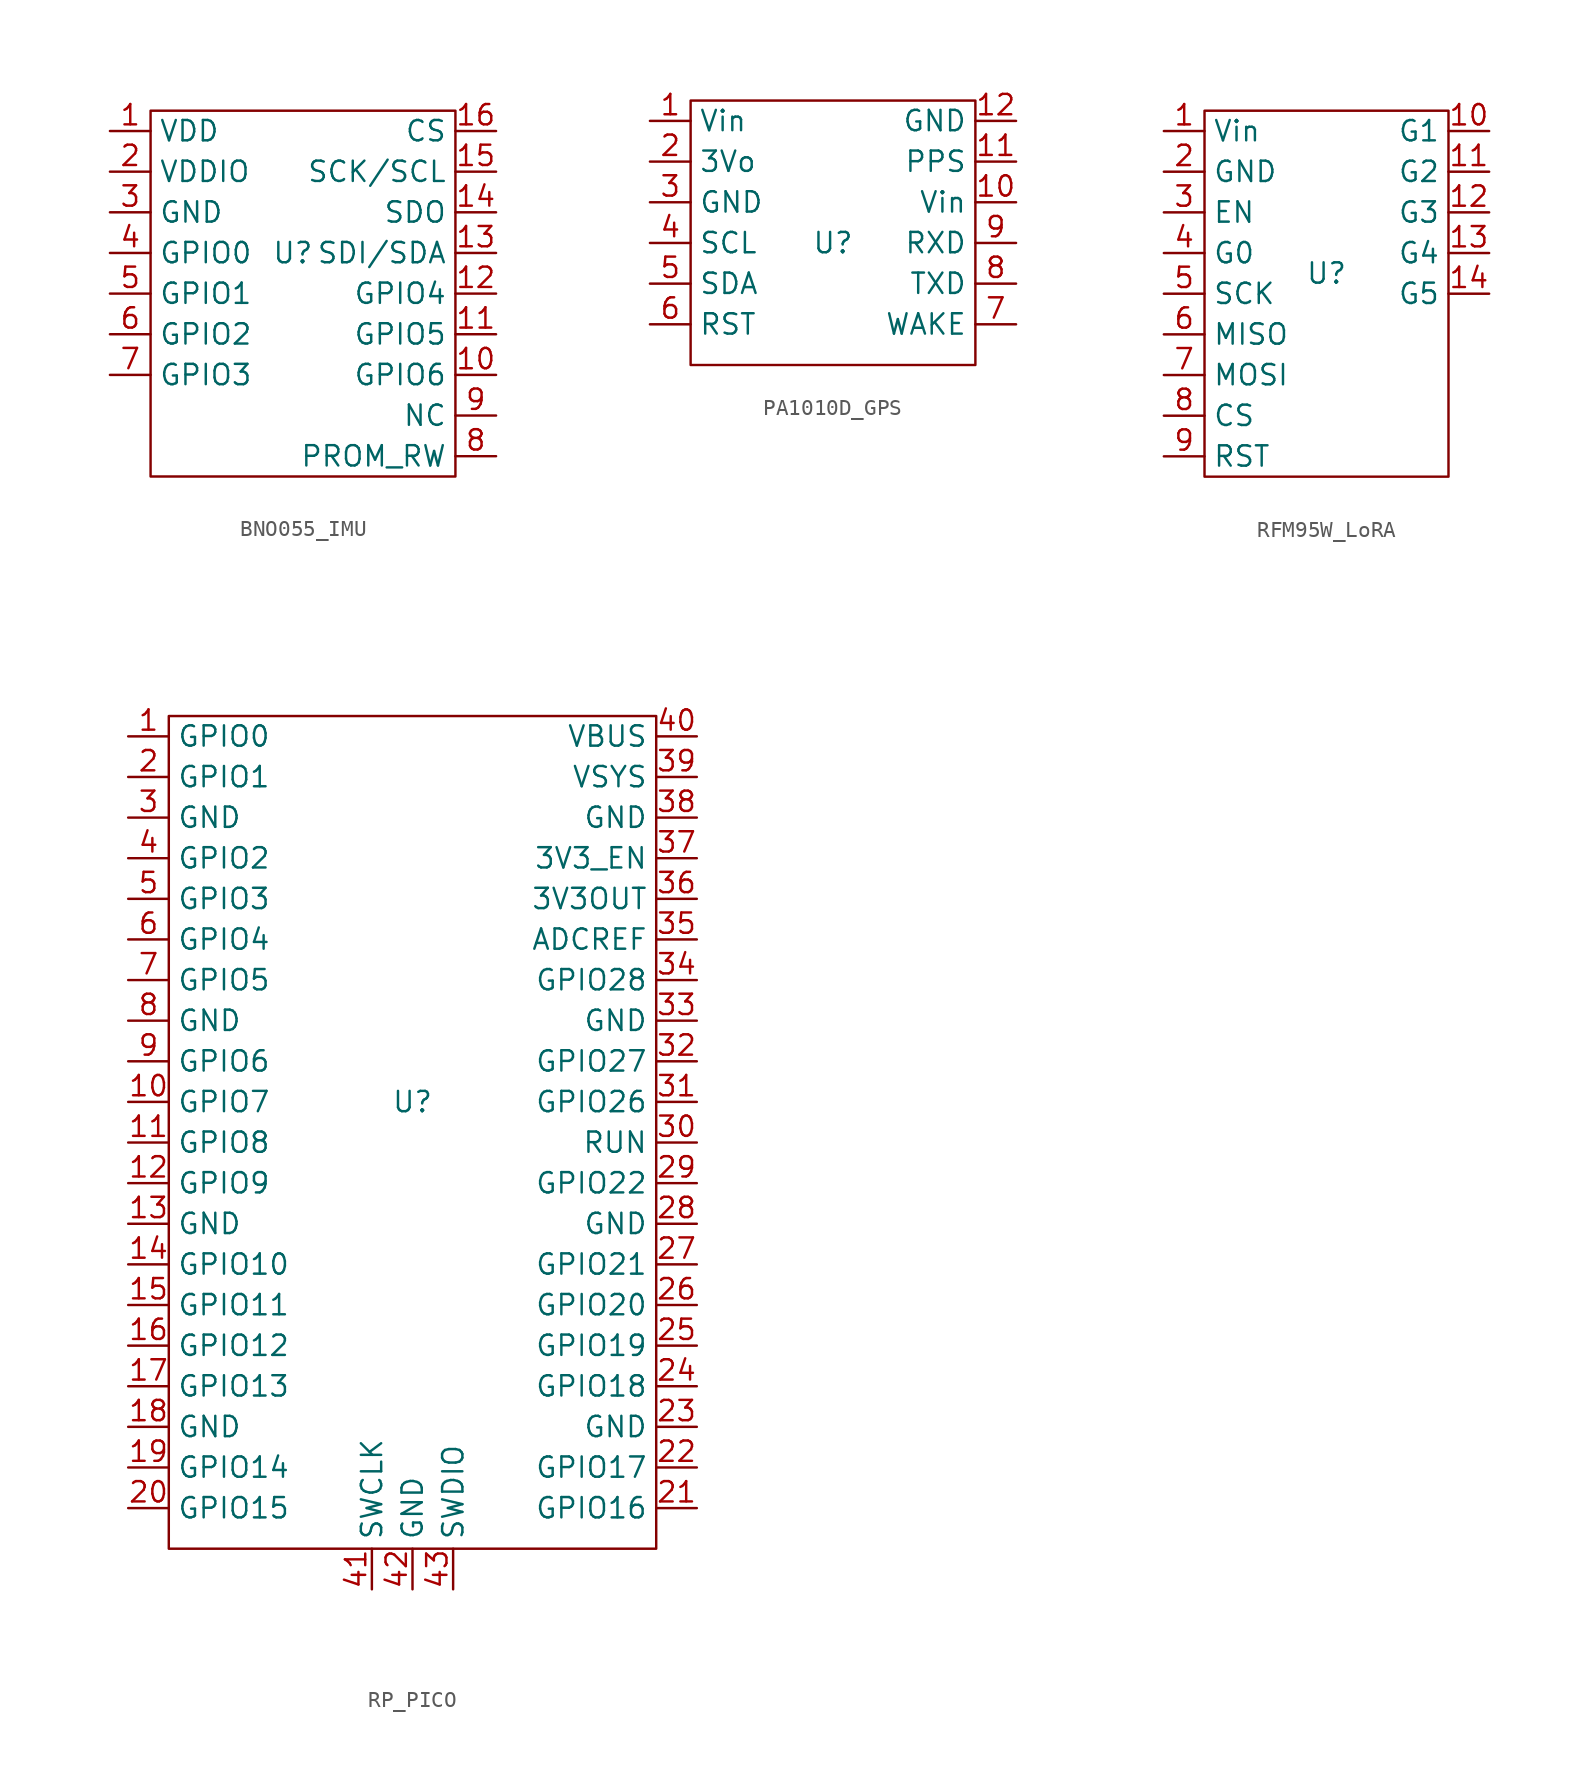
<source format=kicad_sym>
(kicad_symbol_lib
  (version 20231120)
  (generator "kicad_symbol_editor")
  (generator_version "8.0")
  (symbol "BNO055_IMU"
    (property "Reference" "U"
      (at 0 0 0)
      (effects (font (size 1.27 1.27))))
    (property "Value" ""
      (at 0 0 0)
      (effects (font (size 1.27 1.27))))
    (symbol "BNO055_IMU_0_1"
      (rectangle (start -8.89 8.89) (end 10.16 -13.97) (stroke (width 0) (type default)) (fill (type none))))
    (symbol "BNO055_IMU_1_1"
      (pin unspecified line (at -11.43 7.62 0) (length 2.54) (name "VDD" (effects (font (size 1.27 1.27)))) (number "1" (effects (font (size 1.27 1.27)))))
      (pin unspecified line (at 12.7 -7.62 180) (length 2.54) (name "GPIO6" (effects (font (size 1.27 1.27)))) (number "10" (effects (font (size 1.27 1.27)))))
      (pin unspecified line (at 12.7 -5.08 180) (length 2.54) (name "GPIO5" (effects (font (size 1.27 1.27)))) (number "11" (effects (font (size 1.27 1.27)))))
      (pin unspecified line (at 12.7 -2.54 180) (length 2.54) (name "GPIO4" (effects (font (size 1.27 1.27)))) (number "12" (effects (font (size 1.27 1.27)))))
      (pin unspecified line (at 12.7 0 180) (length 2.54) (name "SDI/SDA" (effects (font (size 1.27 1.27)))) (number "13" (effects (font (size 1.27 1.27)))))
      (pin unspecified line (at 12.7 2.54 180) (length 2.54) (name "SDO" (effects (font (size 1.27 1.27)))) (number "14" (effects (font (size 1.27 1.27)))))
      (pin unspecified line (at 12.7 5.08 180) (length 2.54) (name "SCK/SCL" (effects (font (size 1.27 1.27)))) (number "15" (effects (font (size 1.27 1.27)))))
      (pin unspecified line (at 12.7 7.62 180) (length 2.54) (name "CS" (effects (font (size 1.27 1.27)))) (number "16" (effects (font (size 1.27 1.27)))))
      (pin unspecified line (at -11.43 5.08 0) (length 2.54) (name "VDDIO" (effects (font (size 1.27 1.27)))) (number "2" (effects (font (size 1.27 1.27)))))
      (pin unspecified line (at -11.43 2.54 0) (length 2.54) (name "GND" (effects (font (size 1.27 1.27)))) (number "3" (effects (font (size 1.27 1.27)))))
      (pin unspecified line (at -11.43 0 0) (length 2.54) (name "GPIO0" (effects (font (size 1.27 1.27)))) (number "4" (effects (font (size 1.27 1.27)))))
      (pin unspecified line (at -11.43 -2.54 0) (length 2.54) (name "GPIO1" (effects (font (size 1.27 1.27)))) (number "5" (effects (font (size 1.27 1.27)))))
      (pin unspecified line (at -11.43 -5.08 0) (length 2.54) (name "GPIO2" (effects (font (size 1.27 1.27)))) (number "6" (effects (font (size 1.27 1.27)))))
      (pin unspecified line (at -11.43 -7.62 0) (length 2.54) (name "GPIO3" (effects (font (size 1.27 1.27)))) (number "7" (effects (font (size 1.27 1.27)))))
      (pin unspecified line (at 12.7 -12.7 180) (length 2.54) (name "PROM_RW" (effects (font (size 1.27 1.27)))) (number "8" (effects (font (size 1.27 1.27)))))
      (pin unspecified line (at 12.7 -10.16 180) (length 2.54) (name "NC" (effects (font (size 1.27 1.27)))) (number "9" (effects (font (size 1.27 1.27)))))))
  (symbol "PA1010D_GPS"
    (property "Reference" "U"
      (at 0 0 0)
      (effects (font (size 1.27 1.27))))
    (property "Value" ""
      (at 0 0 0)
      (effects (font (size 1.27 1.27))))
    (symbol "PA1010D_GPS_0_1"
      (rectangle (start -8.89 8.89) (end 8.89 -7.62) (stroke (width 0) (type default)) (fill (type none))))
    (symbol "PA1010D_GPS_1_1"
      (pin power_in line (at -11.43 7.62 0) (length 2.54) (name "Vin" (effects (font (size 1.27 1.27)))) (number "1" (effects (font (size 1.27 1.27)))))
      (pin power_in line (at 11.43 2.54 180) (length 2.54) (name "Vin" (effects (font (size 1.27 1.27)))) (number "10" (effects (font (size 1.27 1.27)))))
      (pin unspecified line (at 11.43 5.08 180) (length 2.54) (name "PPS" (effects (font (size 1.27 1.27)))) (number "11" (effects (font (size 1.27 1.27)))))
      (pin power_in line (at 11.43 7.62 180) (length 2.54) (name "GND" (effects (font (size 1.27 1.27)))) (number "12" (effects (font (size 1.27 1.27)))))
      (pin unspecified line (at -11.43 5.08 0) (length 2.54) (name "3Vo" (effects (font (size 1.27 1.27)))) (number "2" (effects (font (size 1.27 1.27)))))
      (pin power_in line (at -11.43 2.54 0) (length 2.54) (name "GND" (effects (font (size 1.27 1.27)))) (number "3" (effects (font (size 1.27 1.27)))))
      (pin unspecified line (at -11.43 0 0) (length 2.54) (name "SCL" (effects (font (size 1.27 1.27)))) (number "4" (effects (font (size 1.27 1.27)))))
      (pin unspecified line (at -11.43 -2.54 0) (length 2.54) (name "SDA" (effects (font (size 1.27 1.27)))) (number "5" (effects (font (size 1.27 1.27)))))
      (pin unspecified line (at -11.43 -5.08 0) (length 2.54) (name "RST" (effects (font (size 1.27 1.27)))) (number "6" (effects (font (size 1.27 1.27)))))
      (pin unspecified line (at 11.43 -5.08 180) (length 2.54) (name "WAKE" (effects (font (size 1.27 1.27)))) (number "7" (effects (font (size 1.27 1.27)))))
      (pin unspecified line (at 11.43 -2.54 180) (length 2.54) (name "TXD" (effects (font (size 1.27 1.27)))) (number "8" (effects (font (size 1.27 1.27)))))
      (pin unspecified line (at 11.43 0 180) (length 2.54) (name "RXD" (effects (font (size 1.27 1.27)))) (number "9" (effects (font (size 1.27 1.27)))))))
  (symbol "RFM95W_LoRA"
    (property "Reference" "U"
      (at 0 0 0)
      (effects (font (size 1.27 1.27))))
    (property "Value" ""
      (at 0 0 0)
      (effects (font (size 1.27 1.27))))
    (symbol "RFM95W_LoRA_0_1"
      (rectangle (start -7.62 10.16) (end 7.62 -12.7) (stroke (width 0) (type default)) (fill (type none))))
    (symbol "RFM95W_LoRA_1_1"
      (pin power_in line (at -10.16 8.89 0) (length 2.54) (name "Vin" (effects (font (size 1.27 1.27)))) (number "1" (effects (font (size 1.27 1.27)))))
      (pin unspecified line (at 10.16 8.89 180) (length 2.54) (name "G1" (effects (font (size 1.27 1.27)))) (number "10" (effects (font (size 1.27 1.27)))))
      (pin unspecified line (at 10.16 6.35 180) (length 2.54) (name "G2" (effects (font (size 1.27 1.27)))) (number "11" (effects (font (size 1.27 1.27)))))
      (pin unspecified line (at 10.16 3.81 180) (length 2.54) (name "G3" (effects (font (size 1.27 1.27)))) (number "12" (effects (font (size 1.27 1.27)))))
      (pin unspecified line (at 10.16 1.27 180) (length 2.54) (name "G4" (effects (font (size 1.27 1.27)))) (number "13" (effects (font (size 1.27 1.27)))))
      (pin unspecified line (at 10.16 -1.27 180) (length 2.54) (name "G5" (effects (font (size 1.27 1.27)))) (number "14" (effects (font (size 1.27 1.27)))))
      (pin power_in line (at -10.16 6.35 0) (length 2.54) (name "GND" (effects (font (size 1.27 1.27)))) (number "2" (effects (font (size 1.27 1.27)))))
      (pin unspecified line (at -10.16 3.81 0) (length 2.54) (name "EN" (effects (font (size 1.27 1.27)))) (number "3" (effects (font (size 1.27 1.27)))))
      (pin unspecified line (at -10.16 1.27 0) (length 2.54) (name "G0" (effects (font (size 1.27 1.27)))) (number "4" (effects (font (size 1.27 1.27)))))
      (pin unspecified line (at -10.16 -1.27 0) (length 2.54) (name "SCK" (effects (font (size 1.27 1.27)))) (number "5" (effects (font (size 1.27 1.27)))))
      (pin unspecified line (at -10.16 -3.81 0) (length 2.54) (name "MISO" (effects (font (size 1.27 1.27)))) (number "6" (effects (font (size 1.27 1.27)))))
      (pin unspecified line (at -10.16 -6.35 0) (length 2.54) (name "MOSI" (effects (font (size 1.27 1.27)))) (number "7" (effects (font (size 1.27 1.27)))))
      (pin unspecified line (at -10.16 -8.89 0) (length 2.54) (name "CS" (effects (font (size 1.27 1.27)))) (number "8" (effects (font (size 1.27 1.27)))))
      (pin unspecified line (at -10.16 -11.43 0) (length 2.54) (name "RST" (effects (font (size 1.27 1.27)))) (number "9" (effects (font (size 1.27 1.27)))))))
  (symbol "RP_PICO"
    (property "Reference" "U"
      (at 0 0 0)
      (effects (font (size 1.27 1.27))))
    (property "Value" ""
      (at 0 0 0)
      (effects (font (size 1.27 1.27))))
    (symbol "RP_PICO_0_1"
      (rectangle (start -15.24 24.13) (end 15.24 -27.94) (stroke (width 0) (type default)) (fill (type none))))
    (symbol "RP_PICO_1_1"
      (pin bidirectional line (at -17.78 22.86 0) (length 2.54) (name "GPIO0" (effects (font (size 1.27 1.27)))) (number "1" (effects (font (size 1.27 1.27)))))
      (pin bidirectional line (at -17.78 0 0) (length 2.54) (name "GPIO7" (effects (font (size 1.27 1.27)))) (number "10" (effects (font (size 1.27 1.27)))))
      (pin bidirectional line (at -17.78 -2.54 0) (length 2.54) (name "GPIO8" (effects (font (size 1.27 1.27)))) (number "11" (effects (font (size 1.27 1.27)))))
      (pin bidirectional line (at -17.78 -5.08 0) (length 2.54) (name "GPIO9" (effects (font (size 1.27 1.27)))) (number "12" (effects (font (size 1.27 1.27)))))
      (pin power_in line (at -17.78 -7.62 0) (length 2.54) (name "GND" (effects (font (size 1.27 1.27)))) (number "13" (effects (font (size 1.27 1.27)))))
      (pin power_in line (at -17.78 -10.16 0) (length 2.54) (name "GPIO10" (effects (font (size 1.27 1.27)))) (number "14" (effects (font (size 1.27 1.27)))))
      (pin bidirectional line (at -17.78 -12.7 0) (length 2.54) (name "GPIO11" (effects (font (size 1.27 1.27)))) (number "15" (effects (font (size 1.27 1.27)))))
      (pin bidirectional line (at -17.78 -15.24 0) (length 2.54) (name "GPIO12" (effects (font (size 1.27 1.27)))) (number "16" (effects (font (size 1.27 1.27)))))
      (pin bidirectional line (at -17.78 -17.78 0) (length 2.54) (name "GPIO13" (effects (font (size 1.27 1.27)))) (number "17" (effects (font (size 1.27 1.27)))))
      (pin power_in line (at -17.78 -20.32 0) (length 2.54) (name "GND" (effects (font (size 1.27 1.27)))) (number "18" (effects (font (size 1.27 1.27)))))
      (pin bidirectional line (at -17.78 -22.86 0) (length 2.54) (name "GPIO14" (effects (font (size 1.27 1.27)))) (number "19" (effects (font (size 1.27 1.27)))))
      (pin bidirectional line (at -17.78 20.32 0) (length 2.54) (name "GPIO1" (effects (font (size 1.27 1.27)))) (number "2" (effects (font (size 1.27 1.27)))))
      (pin bidirectional line (at -17.78 -25.4 0) (length 2.54) (name "GPIO15" (effects (font (size 1.27 1.27)))) (number "20" (effects (font (size 1.27 1.27)))))
      (pin bidirectional line (at 17.78 -25.4 180) (length 2.54) (name "GPIO16" (effects (font (size 1.27 1.27)))) (number "21" (effects (font (size 1.27 1.27)))))
      (pin bidirectional line (at 17.78 -22.86 180) (length 2.54) (name "GPIO17" (effects (font (size 1.27 1.27)))) (number "22" (effects (font (size 1.27 1.27)))))
      (pin power_in line (at 17.78 -20.32 180) (length 2.54) (name "GND" (effects (font (size 1.27 1.27)))) (number "23" (effects (font (size 1.27 1.27)))))
      (pin bidirectional line (at 17.78 -17.78 180) (length 2.54) (name "GPIO18" (effects (font (size 1.27 1.27)))) (number "24" (effects (font (size 1.27 1.27)))))
      (pin bidirectional line (at 17.78 -15.24 180) (length 2.54) (name "GPIO19" (effects (font (size 1.27 1.27)))) (number "25" (effects (font (size 1.27 1.27)))))
      (pin bidirectional line (at 17.78 -12.7 180) (length 2.54) (name "GPIO20" (effects (font (size 1.27 1.27)))) (number "26" (effects (font (size 1.27 1.27)))))
      (pin bidirectional line (at 17.78 -10.16 180) (length 2.54) (name "GPIO21" (effects (font (size 1.27 1.27)))) (number "27" (effects (font (size 1.27 1.27)))))
      (pin power_in line (at 17.78 -7.62 180) (length 2.54) (name "GND" (effects (font (size 1.27 1.27)))) (number "28" (effects (font (size 1.27 1.27)))))
      (pin bidirectional line (at 17.78 -5.08 180) (length 2.54) (name "GPIO22" (effects (font (size 1.27 1.27)))) (number "29" (effects (font (size 1.27 1.27)))))
      (pin power_in line (at -17.78 17.78 0) (length 2.54) (name "GND" (effects (font (size 1.27 1.27)))) (number "3" (effects (font (size 1.27 1.27)))))
      (pin unspecified line (at 17.78 -2.54 180) (length 2.54) (name "RUN" (effects (font (size 1.27 1.27)))) (number "30" (effects (font (size 1.27 1.27)))))
      (pin bidirectional line (at 17.78 0 180) (length 2.54) (name "GPIO26" (effects (font (size 1.27 1.27)))) (number "31" (effects (font (size 1.27 1.27)))))
      (pin bidirectional line (at 17.78 2.54 180) (length 2.54) (name "GPIO27" (effects (font (size 1.27 1.27)))) (number "32" (effects (font (size 1.27 1.27)))))
      (pin power_in line (at 17.78 5.08 180) (length 2.54) (name "GND" (effects (font (size 1.27 1.27)))) (number "33" (effects (font (size 1.27 1.27)))))
      (pin bidirectional line (at 17.78 7.62 180) (length 2.54) (name "GPIO28" (effects (font (size 1.27 1.27)))) (number "34" (effects (font (size 1.27 1.27)))))
      (pin unspecified line (at 17.78 10.16 180) (length 2.54) (name "ADCREF" (effects (font (size 1.27 1.27)))) (number "35" (effects (font (size 1.27 1.27)))))
      (pin power_out line (at 17.78 12.7 180) (length 2.54) (name "3V3OUT" (effects (font (size 1.27 1.27)))) (number "36" (effects (font (size 1.27 1.27)))))
      (pin unspecified line (at 17.78 15.24 180) (length 2.54) (name "3V3_EN" (effects (font (size 1.27 1.27)))) (number "37" (effects (font (size 1.27 1.27)))))
      (pin power_in line (at 17.78 17.78 180) (length 2.54) (name "GND" (effects (font (size 1.27 1.27)))) (number "38" (effects (font (size 1.27 1.27)))))
      (pin unspecified line (at 17.78 20.32 180) (length 2.54) (name "VSYS" (effects (font (size 1.27 1.27)))) (number "39" (effects (font (size 1.27 1.27)))))
      (pin bidirectional line (at -17.78 15.24 0) (length 2.54) (name "GPIO2" (effects (font (size 1.27 1.27)))) (number "4" (effects (font (size 1.27 1.27)))))
      (pin unspecified line (at 17.78 22.86 180) (length 2.54) (name "VBUS" (effects (font (size 1.27 1.27)))) (number "40" (effects (font (size 1.27 1.27)))))
      (pin unspecified line (at -2.54 -30.48 90) (length 2.54) (name "SWCLK" (effects (font (size 1.27 1.27)))) (number "41" (effects (font (size 1.27 1.27)))))
      (pin power_in line (at 0 -30.48 90) (length 2.54) (name "GND" (effects (font (size 1.27 1.27)))) (number "42" (effects (font (size 1.27 1.27)))))
      (pin unspecified line (at 2.54 -30.48 90) (length 2.54) (name "SWDIO" (effects (font (size 1.27 1.27)))) (number "43" (effects (font (size 1.27 1.27)))))
      (pin bidirectional line (at -17.78 12.7 0) (length 2.54) (name "GPIO3" (effects (font (size 1.27 1.27)))) (number "5" (effects (font (size 1.27 1.27)))))
      (pin bidirectional line (at -17.78 10.16 0) (length 2.54) (name "GPIO4" (effects (font (size 1.27 1.27)))) (number "6" (effects (font (size 1.27 1.27)))))
      (pin bidirectional line (at -17.78 7.62 0) (length 2.54) (name "GPIO5" (effects (font (size 1.27 1.27)))) (number "7" (effects (font (size 1.27 1.27)))))
      (pin power_in line (at -17.78 5.08 0) (length 2.54) (name "GND" (effects (font (size 1.27 1.27)))) (number "8" (effects (font (size 1.27 1.27)))))
      (pin bidirectional line (at -17.78 2.54 0) (length 2.54) (name "GPIO6" (effects (font (size 1.27 1.27)))) (number "9" (effects (font (size 1.27 1.27))))))))
</source>
